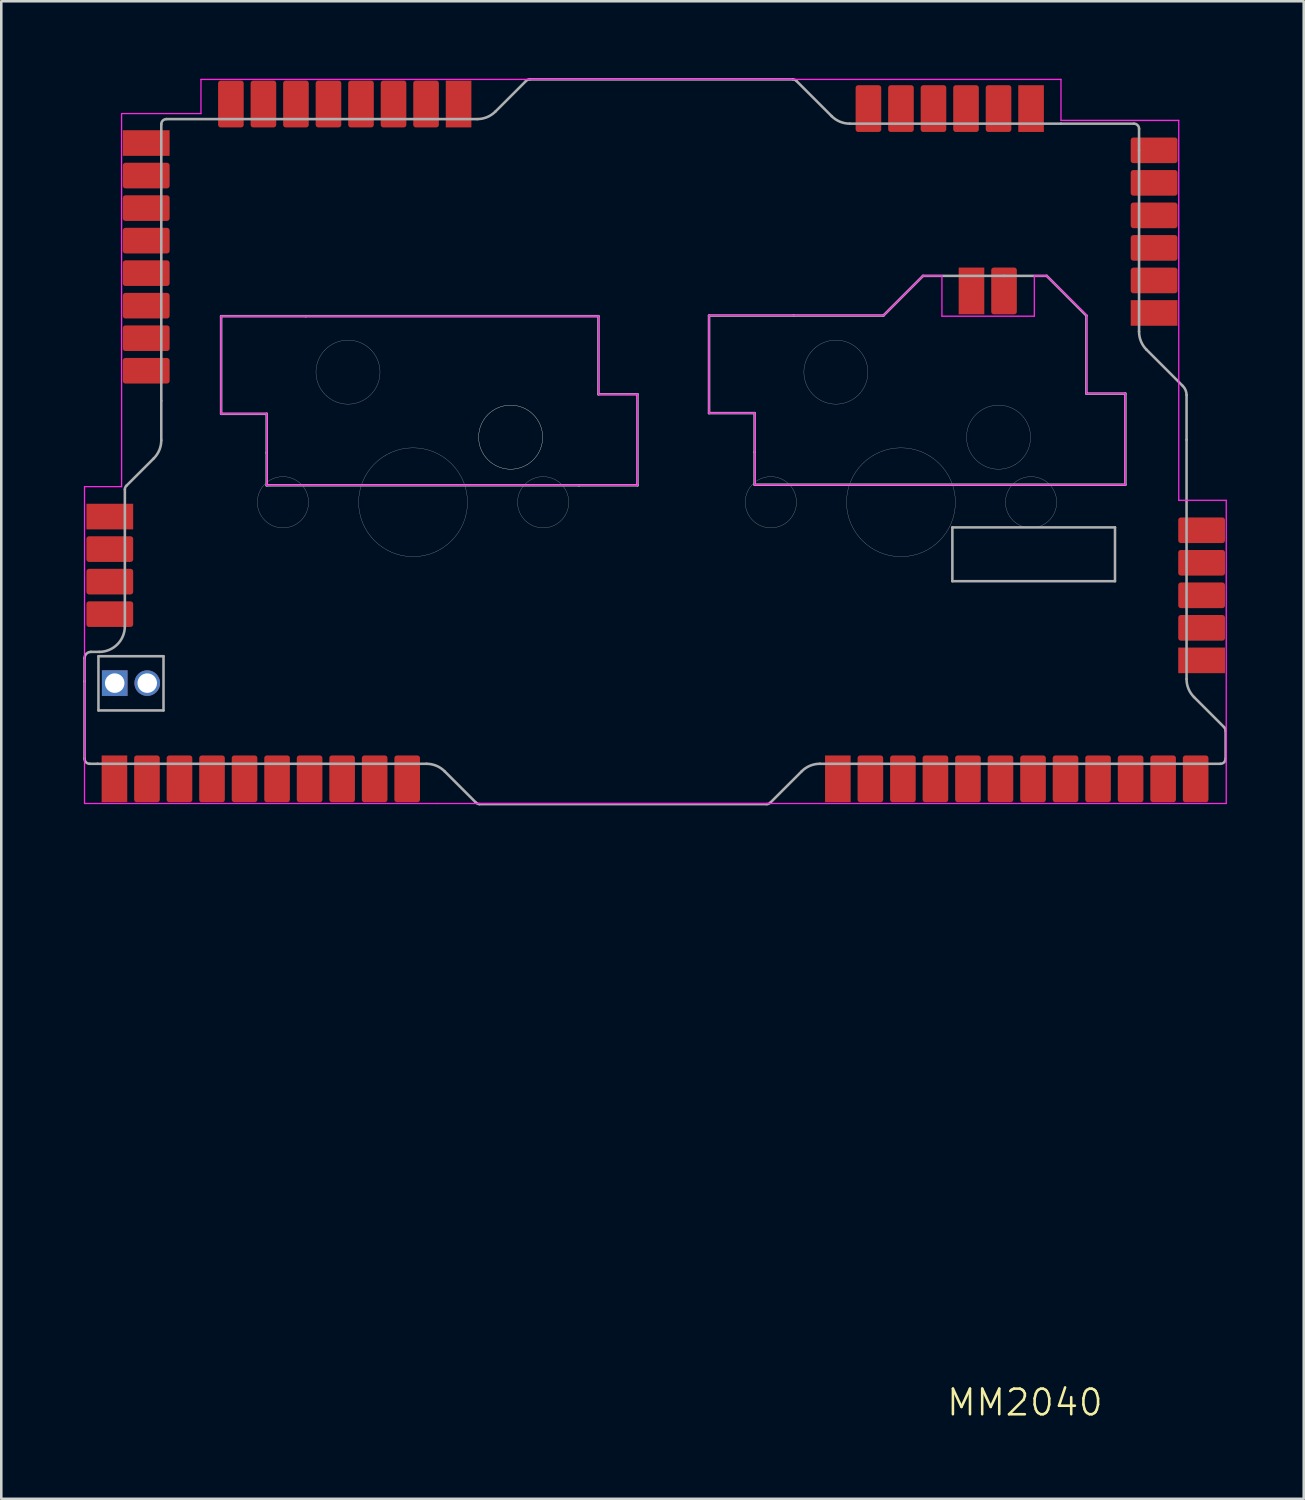
<source format=kicad_pcb>
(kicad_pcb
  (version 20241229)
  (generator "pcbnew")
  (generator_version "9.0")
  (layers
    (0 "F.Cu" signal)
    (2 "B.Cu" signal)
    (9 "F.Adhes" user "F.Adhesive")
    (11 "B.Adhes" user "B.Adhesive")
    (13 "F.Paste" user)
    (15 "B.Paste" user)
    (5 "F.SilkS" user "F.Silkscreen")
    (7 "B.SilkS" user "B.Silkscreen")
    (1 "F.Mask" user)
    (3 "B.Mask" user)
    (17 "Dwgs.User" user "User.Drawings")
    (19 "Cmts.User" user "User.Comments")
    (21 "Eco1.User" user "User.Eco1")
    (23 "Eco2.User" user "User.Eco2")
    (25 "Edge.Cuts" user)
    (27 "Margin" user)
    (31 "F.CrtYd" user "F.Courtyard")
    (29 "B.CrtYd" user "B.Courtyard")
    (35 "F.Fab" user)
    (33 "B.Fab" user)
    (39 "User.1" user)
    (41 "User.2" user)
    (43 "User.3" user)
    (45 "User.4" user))
  (footprint "MM2040"
    (layer "F.Cu")
    (at 0.25 28.346)
    (property "Reference" "MM2040" (at 36.715 23.364 0) (unlocked yes) (layer "F.SilkS") (effects (font (size 1 1) (thickness 0.1))))
    (attr smd)
    (fp_line (start 0 -12.395) (end 0 -0.025) (stroke (width 0.05) (type solid)) (layer "F.CrtYd"))
    (fp_line (start 0 -0.025) (end 13.768 -0.025) (stroke (width 0.05) (type solid)) (layer "F.CrtYd"))
    (fp_line (start 1.447 -26.961) (end 1.448 -12.395) (stroke (width 0.05) (type solid)) (layer "F.CrtYd"))
    (fp_line (start 1.448 -12.395) (end 0 -12.395) (stroke (width 0.05) (type solid)) (layer "F.CrtYd"))
    (fp_line (start 4.547 -28.296) (end 4.547 -26.961) (stroke (width 0.05) (type solid)) (layer "F.CrtYd"))
    (fp_line (start 4.547 -26.961) (end 1.447 -26.961) (stroke (width 0.05) (type solid)) (layer "F.CrtYd"))
    (fp_line (start 5.334 -19.05) (end 5.334 -15.24) (stroke (width 0.05) (type default)) (layer "F.CrtYd"))
    (fp_line (start 5.334 -15.24) (end 7.112 -15.24) (stroke (width 0.05) (type default)) (layer "F.CrtYd"))
    (fp_line (start 7.112 -15.24) (end 7.112 -12.446) (stroke (width 0.05) (type default)) (layer "F.CrtYd"))
    (fp_line (start 7.112 -12.446) (end 21.59 -12.446) (stroke (width 0.05) (type default)) (layer "F.CrtYd"))
    (fp_line (start 13.768 -0.025) (end 44.577 -0.025) (stroke (width 0.05) (type solid)) (layer "F.CrtYd"))
    (fp_line (start 20.066 -19.05) (end 5.334 -19.05) (stroke (width 0.05) (type default)) (layer "F.CrtYd"))
    (fp_line (start 20.066 -16.002) (end 20.066 -19.05) (stroke (width 0.05) (type default)) (layer "F.CrtYd"))
    (fp_line (start 21.59 -16.002) (end 20.066 -16.002) (stroke (width 0.05) (type default)) (layer "F.CrtYd"))
    (fp_line (start 21.59 -12.446) (end 21.59 -16.002) (stroke (width 0.05) (type default)) (layer "F.CrtYd"))
    (fp_line (start 24.384 -19.075) (end 24.384 -15.265) (stroke (width 0.05) (type default)) (layer "F.CrtYd"))
    (fp_line (start 24.384 -15.265) (end 26.162 -15.265) (stroke (width 0.05) (type default)) (layer "F.CrtYd"))
    (fp_line (start 26.162 -15.265) (end 26.162 -12.471) (stroke (width 0.05) (type default)) (layer "F.CrtYd"))
    (fp_line (start 26.162 -12.471) (end 40.64 -12.471) (stroke (width 0.05) (type default)) (layer "F.CrtYd"))
    (fp_line (start 31.191 -19.075) (end 24.384 -19.075) (stroke (width 0.05) (type default)) (layer "F.CrtYd"))
    (fp_line (start 32.741 -20.625) (end 31.191 -19.075) (stroke (width 0.05) (type default)) (layer "F.CrtYd"))
    (fp_line (start 33.477 -20.625) (end 32.741 -20.625) (stroke (width 0.05) (type default)) (layer "F.CrtYd"))
    (fp_line (start 33.477 -20.625) (end 33.477 -19.05) (stroke (width 0.05) (type solid)) (layer "F.CrtYd"))
    (fp_line (start 33.477 -19.05) (end 37.084 -19.05) (stroke (width 0.05) (type solid)) (layer "F.CrtYd"))
    (fp_line (start 37.084 -19.05) (end 37.084 -20.625) (stroke (width 0.05) (type solid)) (layer "F.CrtYd"))
    (fp_line (start 37.567 -20.625) (end 37.084 -20.625) (stroke (width 0.05) (type default)) (layer "F.CrtYd"))
    (fp_line (start 38.125 -28.296) (end 4.547 -28.296) (stroke (width 0.05) (type solid)) (layer "F.CrtYd"))
    (fp_line (start 38.125 -26.695) (end 38.125 -28.296) (stroke (width 0.05) (type solid)) (layer "F.CrtYd"))
    (fp_line (start 39.116 -19.101) (end 37.567 -20.625) (stroke (width 0.05) (type default)) (layer "F.CrtYd"))
    (fp_line (start 39.116 -16.027) (end 39.116 -19.101) (stroke (width 0.05) (type default)) (layer "F.CrtYd"))
    (fp_line (start 40.64 -16.027) (end 39.116 -16.027) (stroke (width 0.05) (type default)) (layer "F.CrtYd"))
    (fp_line (start 40.64 -12.471) (end 40.64 -16.027) (stroke (width 0.05) (type default)) (layer "F.CrtYd"))
    (fp_line (start 42.723 -26.695) (end 38.125 -26.695) (stroke (width 0.05) (type solid)) (layer "F.CrtYd"))
    (fp_line (start 42.723 -11.863) (end 42.723 -26.695) (stroke (width 0.05) (type solid)) (layer "F.CrtYd"))
    (fp_line (start 44.577 -0.025) (end 44.578 -11.863) (stroke (width 0.05) (type solid)) (layer "F.CrtYd"))
    (fp_line (start 44.578 -11.863) (end 42.723 -11.863) (stroke (width 0.05) (type solid)) (layer "F.CrtYd"))
    (fp_line (start 0 -5.694) (end 0 -4.794) (stroke (width 0.1) (type default)) (layer "F.Fab"))
    (fp_line (start 0 -1.775) (end 0 -4.794) (stroke (width 0.1) (type default)) (layer "F.Fab"))
    (fp_line (start 0.508 -1.575) (end 0.2 -1.575) (stroke (width 0.1) (type default)) (layer "F.Fab"))
    (fp_line (start 0.508 -1.575) (end 13.353 -1.575) (stroke (width 0.1) (type default)) (layer "F.Fab"))
    (fp_line (start 0.544 -5.774) (end 3.084 -5.774) (stroke (width 0.1) (type solid)) (layer "F.Fab"))
    (fp_line (start 0.544 -3.658) (end 0.544 -5.774) (stroke (width 0.1) (type solid)) (layer "F.Fab"))
    (fp_line (start 0.575 -5.944) (end 0.25 -5.944) (stroke (width 0.1) (type default)) (layer "F.Fab"))
    (fp_line (start 1.575 -6.944) (end 1.575 -12.287) (stroke (width 0.1) (type default)) (layer "F.Fab"))
    (fp_line (start 1.633 -12.428) (end 2.704 -13.499) (stroke (width 0.1) (type default)) (layer "F.Fab"))
    (fp_line (start 2.997 -15.748) (end 2.997 -26.546) (stroke (width 0.1) (type default)) (layer "F.Fab"))
    (fp_line (start 2.997 -15.748) (end 2.997 -14.206) (stroke (width 0.1) (type default)) (layer "F.Fab"))
    (fp_line (start 3.084 -5.774) (end 3.084 -3.658) (stroke (width 0.1) (type solid)) (layer "F.Fab"))
    (fp_line (start 3.084 -3.658) (end 0.544 -3.658) (stroke (width 0.1) (type solid)) (layer "F.Fab"))
    (fp_line (start 3.197 -26.746) (end 15.334 -26.746) (stroke (width 0.1) (type default)) (layer "F.Fab"))
    (fp_line (start 5.334 -19.05) (end 5.334 -15.24) (stroke (width 0.1) (type default)) (layer "F.Fab"))
    (fp_line (start 5.334 -15.24) (end 7.112 -15.24) (stroke (width 0.1) (type default)) (layer "F.Fab"))
    (fp_line (start 7.112 -15.24) (end 7.112 -13.716) (stroke (width 0.1) (type default)) (layer "F.Fab"))
    (fp_line (start 7.112 -12.446) (end 7.112 -13.716) (stroke (width 0.1) (type default)) (layer "F.Fab"))
    (fp_line (start 7.112 -12.446) (end 19.304 -12.446) (stroke (width 0.1) (type default)) (layer "F.Fab"))
    (fp_line (start 8.636 -19.05) (end 5.334 -19.05) (stroke (width 0.1) (type default)) (layer "F.Fab"))
    (fp_line (start 8.636 -19.05) (end 20.066 -19.05) (stroke (width 0.1) (type default)) (layer "F.Fab"))
    (fp_line (start 14.06 -1.282) (end 15.283 -0.059) (stroke (width 0.1) (type default)) (layer "F.Fab"))
    (fp_line (start 15.424 0) (end 26.638 0) (stroke (width 0.1) (type default)) (layer "F.Fab"))
    (fp_line (start 16.041 -27.039) (end 17.239 -28.237) (stroke (width 0.1) (type default)) (layer "F.Fab"))
    (fp_line (start 17.38 -28.296) (end 27.654 -28.296) (stroke (width 0.1) (type default)) (layer "F.Fab"))
    (fp_line (start 20.066 -19.05) (end 20.066 -16.002) (stroke (width 0.1) (type default)) (layer "F.Fab"))
    (fp_line (start 20.066 -16.002) (end 21.59 -16.002) (stroke (width 0.1) (type default)) (layer "F.Fab"))
    (fp_line (start 21.59 -16.002) (end 21.59 -12.446) (stroke (width 0.1) (type default)) (layer "F.Fab"))
    (fp_line (start 21.59 -12.446) (end 19.304 -12.446) (stroke (width 0.1) (type default)) (layer "F.Fab"))
    (fp_line (start 24.384 -19.075) (end 24.384 -15.265) (stroke (width 0.1) (type default)) (layer "F.Fab"))
    (fp_line (start 24.384 -15.265) (end 26.162 -15.265) (stroke (width 0.1) (type default)) (layer "F.Fab"))
    (fp_line (start 26.162 -15.265) (end 26.162 -13.741) (stroke (width 0.1) (type default)) (layer "F.Fab"))
    (fp_line (start 26.162 -12.471) (end 26.162 -13.741) (stroke (width 0.1) (type default)) (layer "F.Fab"))
    (fp_line (start 27.686 -19.075) (end 24.384 -19.075) (stroke (width 0.1) (type default)) (layer "F.Fab"))
    (fp_line (start 27.686 -19.075) (end 31.191 -19.075) (stroke (width 0.1) (type default)) (layer "F.Fab"))
    (fp_line (start 28.003 -1.282) (end 26.779 -0.059) (stroke (width 0.1) (type default)) (layer "F.Fab"))
    (fp_line (start 28.71 -1.575) (end 44.352 -1.575) (stroke (width 0.1) (type default)) (layer "F.Fab"))
    (fp_line (start 29.171 -26.861) (end 27.795 -28.237) (stroke (width 0.1) (type default)) (layer "F.Fab"))
    (fp_line (start 29.878 -26.568) (end 38.125 -26.568) (stroke (width 0.1) (type default)) (layer "F.Fab"))
    (fp_line (start 32.738 -20.625) (end 31.191 -19.075) (stroke (width 0.1) (type default)) (layer "F.Fab"))
    (fp_line (start 32.738 -20.625) (end 35.901 -20.625) (stroke (width 0.1) (type default)) (layer "F.Fab"))
    (fp_line (start 33.884 -10.804) (end 40.234 -10.804) (stroke (width 0.1) (type solid)) (layer "F.Fab"))
    (fp_line (start 33.884 -8.704) (end 33.884 -10.804) (stroke (width 0.1) (type solid)) (layer "F.Fab"))
    (fp_line (start 35.901 -20.625) (end 37.567 -20.625) (stroke (width 0.1) (type default)) (layer "F.Fab"))
    (fp_line (start 39.116 -19.075) (end 37.567 -20.625) (stroke (width 0.1) (type default)) (layer "F.Fab"))
    (fp_line (start 39.116 -19.075) (end 39.116 -16.027) (stroke (width 0.1) (type default)) (layer "F.Fab"))
    (fp_line (start 39.116 -16.027) (end 40.64 -16.027) (stroke (width 0.1) (type default)) (layer "F.Fab"))
    (fp_line (start 40.234 -10.804) (end 40.234 -8.704) (stroke (width 0.1) (type solid)) (layer "F.Fab"))
    (fp_line (start 40.234 -8.704) (end 33.884 -8.704) (stroke (width 0.1) (type solid)) (layer "F.Fab"))
    (fp_line (start 40.64 -16.027) (end 40.64 -12.471) (stroke (width 0.1) (type default)) (layer "F.Fab"))
    (fp_line (start 40.64 -12.471) (end 26.162 -12.471) (stroke (width 0.1) (type default)) (layer "F.Fab"))
    (fp_line (start 40.973 -26.568) (end 38.125 -26.568) (stroke (width 0.1) (type default)) (layer "F.Fab"))
    (fp_line (start 41.173 -25.527) (end 41.173 -26.368) (stroke (width 0.1) (type default)) (layer "F.Fab"))
    (fp_line (start 41.173 -25.527) (end 41.173 -18.448) (stroke (width 0.1) (type default)) (layer "F.Fab"))
    (fp_line (start 41.466 -17.741) (end 42.881 -16.326) (stroke (width 0.1) (type default)) (layer "F.Fab"))
    (fp_line (start 43.028 -14.224) (end 43.028 -15.973) (stroke (width 0.1) (type default)) (layer "F.Fab"))
    (fp_line (start 43.028 -4.885) (end 43.028 -14.224) (stroke (width 0.1) (type default)) (layer "F.Fab"))
    (fp_line (start 43.32 -4.178) (end 44.493 -3.005) (stroke (width 0.1) (type default)) (layer "F.Fab"))
    (fp_line (start 44.552 -1.775) (end 44.552 -2.864) (stroke (width 0.1) (type default)) (layer "F.Fab"))
    (fp_arc (start 0 -5.6936) (mid 0.073223 -5.870377) (end 0.25 -5.9436) (stroke (width 0.1) (type default)) (layer "F.Fab"))
    (fp_arc (start 0.2 -1.5748) (mid 0.058579 -1.633379) (end 0 -1.7748) (stroke (width 0.1) (type default)) (layer "F.Fab"))
    (fp_arc (start 1.5748 -12.286957) (mid 1.590009 -12.3635) (end 1.633379 -12.428379) (stroke (width 0.1) (type default)) (layer "F.Fab"))
    (fp_arc (start 1.5748 -6.9436) (mid 1.281907 -6.236493) (end 0.5748 -5.9436) (stroke (width 0.1) (type default)) (layer "F.Fab"))
    (fp_arc (start 2.9972 -26.5462) (mid 3.055779 -26.687621) (end 3.1972 -26.7462) (stroke (width 0.1) (type default)) (layer "F.Fab"))
    (fp_arc (start 2.9972 -14.206414) (mid 2.921084 -13.823729) (end 2.704307 -13.499307) (stroke (width 0.1) (type default)) (layer "F.Fab"))
    (fp_arc (start 13.352586 -1.5748) (mid 13.735269 -1.498677) (end 14.059693 -1.281907) (stroke (width 0.1) (type default)) (layer "F.Fab"))
    (fp_arc (start 15.424443 0) (mid 15.3479 -0.015209) (end 15.283022 -0.058578) (stroke (width 0.1) (type default)) (layer "F.Fab"))
    (fp_arc (start 16.040893 -27.039093) (mid 15.716459 -26.822345) (end 15.333786 -26.7462) (stroke (width 0.1) (type default)) (layer "F.Fab"))
    (fp_arc (start 17.238822 -28.237022) (mid 17.303716 -28.280354) (end 17.380243 -28.2956) (stroke (width 0.1) (type default)) (layer "F.Fab"))
    (fp_arc (start 26.779378 -0.058578) (mid 26.714488 -0.015237) (end 26.637957 0) (stroke (width 0.1) (type default)) (layer "F.Fab"))
    (fp_arc (start 27.653957 -28.2956) (mid 27.7305 -28.280391) (end 27.795378 -28.237022) (stroke (width 0.1) (type default)) (layer "F.Fab"))
    (fp_arc (start 28.002707 -1.281907) (mid 28.327132 -1.498675) (end 28.709814 -1.5748) (stroke (width 0.1) (type default)) (layer "F.Fab"))
    (fp_arc (start 29.878214 -26.5684) (mid 29.495531 -26.644523) (end 29.171107 -26.861293) (stroke (width 0.1) (type default)) (layer "F.Fab"))
    (fp_arc (start 40.9734 -26.5684) (mid 41.114821 -26.509821) (end 41.1734 -26.3684) (stroke (width 0.1) (type default)) (layer "F.Fab"))
    (fp_arc (start 41.466293 -17.741107) (mid 41.249522 -18.065532) (end 41.1734 -18.448214) (stroke (width 0.1) (type default)) (layer "F.Fab"))
    (fp_arc (start 42.881154 -16.326246) (mid 42.989538 -16.164034) (end 43.0276 -15.972693) (stroke (width 0.1) (type default)) (layer "F.Fab"))
    (fp_arc (start 43.320493 -4.177507) (mid 43.103746 -4.501937) (end 43.0276 -4.884614) (stroke (width 0.1) (type default)) (layer "F.Fab"))
    (fp_arc (start 44.493022 -3.004978) (mid 44.536364 -2.940086) (end 44.5516 -2.863557) (stroke (width 0.1) (type default)) (layer "F.Fab"))
    (fp_arc (start 44.5516 -1.7748) (mid 44.493021 -1.633379) (end 44.3516 -1.5748) (stroke (width 0.1) (type default)) (layer "F.Fab"))
    (fp_circle (center 7.747 -11.786) (end 8.747 -11.786) (stroke (width 0.01) (type default)) (fill no) (layer "F.Fab"))
    (fp_circle (center 10.287 -16.866) (end 11.537 -16.866) (stroke (width 0.01) (type default)) (fill no) (layer "F.Fab"))
    (fp_circle (center 12.827 -11.786) (end 14.952 -11.786) (stroke (width 0.01) (type default)) (fill no) (layer "F.Fab"))
    (fp_circle (center 16.637 -14.326) (end 17.887 -14.326) (stroke (width 0.01) (type default)) (fill no) (layer "F.Fab"))
    (fp_circle (center 16.637 -14.326) (end 17.887 -14.326) (stroke (width 0.01) (type default)) (fill no) (layer "F.Fab"))
    (fp_circle (center 17.907 -11.786) (end 18.907 -11.786) (stroke (width 0.01) (type default)) (fill no) (layer "F.Fab"))
    (fp_circle (center 26.797 -11.786) (end 27.797 -11.786) (stroke (width 0.01) (type default)) (fill no) (layer "F.Fab"))
    (fp_circle (center 29.337 -16.866) (end 30.587 -16.866) (stroke (width 0.01) (type default)) (fill no) (layer "F.Fab"))
    (fp_circle (center 31.877 -11.786) (end 34.002 -11.786) (stroke (width 0.01) (type default)) (fill no) (layer "F.Fab"))
    (fp_circle (center 35.687 -14.326) (end 36.937 -14.326) (stroke (width 0.01) (type default)) (fill no) (layer "F.Fab"))
    (fp_circle (center 36.957 -11.786) (end 37.957 -11.786) (stroke (width 0.01) (type default)) (fill no) (layer "F.Fab"))
    (fp_line (start 0 0) (end 0 -1.092) (stroke (width 0.1) (type default)) (layer "User.1"))
    (fp_line (start 0 0) (end 1.092 0) (stroke (width 0.1) (type default)) (layer "User.1"))
    (pad "1" smd rect (at 43.028 -5.613) (size 1.825 1) (drill (offset 0.588 0)) (layers "F.Cu" "F.Mask" "F.Paste"))
    (pad "2" smd roundrect (at 43.028 -9.423) (size 1.825 1) (drill (offset 0.588 0)) (layers "F.Cu" "F.Mask" "F.Paste") (roundrect_rratio 0.1))
    (pad "3" smd roundrect (at 43.028 -10.693) (size 1.825 1) (drill (offset 0.588 0)) (layers "F.Cu" "F.Mask" "F.Paste") (roundrect_rratio 0.1))
    (pad "4" smd roundrect (at 43.028 -8.153) (size 1.825 1) (drill (offset 0.588 0)) (layers "F.Cu" "F.Mask" "F.Paste") (roundrect_rratio 0.1))
    (pad "5" smd roundrect (at 43.028 -6.883) (size 1.825 1) (drill (offset 0.588 0)) (layers "F.Cu" "F.Mask" "F.Paste") (roundrect_rratio 0.1))
    (pad "6" smd roundrect (at 1.575 -7.417 180) (size 1.825 1) (drill (offset 0.588 0)) (layers "F.Cu" "F.Mask" "F.Paste") (roundrect_rratio 0.1))
    (pad "7" smd rect (at 1.575 -11.227 180) (size 1.825 1) (drill (offset 0.588 0)) (layers "F.Cu" "F.Mask" "F.Paste"))
    (pad "8" smd roundrect (at 1.575 -8.687 180) (size 1.825 1) (drill (offset 0.588 0)) (layers "F.Cu" "F.Mask" "F.Paste") (roundrect_rratio 0.1))
    (pad "9" smd roundrect (at 1.575 -9.957 180) (size 1.825 1) (drill (offset 0.588 0)) (layers "F.Cu" "F.Mask" "F.Paste") (roundrect_rratio 0.1))
    (pad "10" thru_hole rect (at 1.179 -4.724 270) (size 1 1) (drill 0.762) (layers "*.Cu" "*.Mask"))
    (pad "11" thru_hole oval (at 2.449 -4.724 270) (size 1 1) (drill 0.762) (layers "*.Cu" "*.Mask"))
    (pad "12" smd rect (at 1.168 -1.575 270) (size 1.825 1) (drill (offset 0.588 0)) (layers "F.Cu" "F.Mask" "F.Paste"))
    (pad "13" smd roundrect (at 2.438 -1.575 270) (size 1.825 1) (drill (offset 0.588 0)) (layers "F.Cu" "F.Mask" "F.Paste") (roundrect_rratio 0.1))
    (pad "14" smd roundrect (at 3.708 -1.575 270) (size 1.825 1) (drill (offset 0.588 0)) (layers "F.Cu" "F.Mask" "F.Paste") (roundrect_rratio 0.1))
    (pad "15" smd roundrect (at 4.978 -1.575 270) (size 1.825 1) (drill (offset 0.588 0)) (layers "F.Cu" "F.Mask" "F.Paste") (roundrect_rratio 0.1))
    (pad "16" smd roundrect (at 6.248 -1.575 270) (size 1.825 1) (drill (offset 0.588 0)) (layers "F.Cu" "F.Mask" "F.Paste") (roundrect_rratio 0.1))
    (pad "17" smd roundrect (at 7.518 -1.575 270) (size 1.825 1) (drill (offset 0.588 0)) (layers "F.Cu" "F.Mask" "F.Paste") (roundrect_rratio 0.1))
    (pad "18" smd roundrect (at 8.788 -1.575 270) (size 1.825 1) (drill (offset 0.588 0)) (layers "F.Cu" "F.Mask" "F.Paste") (roundrect_rratio 0.1))
    (pad "19" smd roundrect (at 10.058 -1.575 270) (size 1.825 1) (drill (offset 0.588 0)) (layers "F.Cu" "F.Mask" "F.Paste") (roundrect_rratio 0.1))
    (pad "20" smd roundrect (at 11.328 -1.575 270) (size 1.825 1) (drill (offset 0.588 0)) (layers "F.Cu" "F.Mask" "F.Paste") (roundrect_rratio 0.1))
    (pad "21" smd roundrect (at 12.598 -1.575 270) (size 1.825 1) (drill (offset 0.588 0)) (layers "F.Cu" "F.Mask" "F.Paste") (roundrect_rratio 0.1))
    (pad "22" smd rect (at 29.413 -1.575 270) (size 1.825 1) (drill (offset 0.588 0)) (layers "F.Cu" "F.Mask" "F.Paste"))
    (pad "23" smd roundrect (at 30.683 -1.575 270) (size 1.825 1) (drill (offset 0.588 0)) (layers "F.Cu" "F.Mask" "F.Paste") (roundrect_rratio 0.1))
    (pad "24" smd roundrect (at 31.953 -1.575 270) (size 1.825 1) (drill (offset 0.588 0)) (layers "F.Cu" "F.Mask" "F.Paste") (roundrect_rratio 0.1))
    (pad "25" smd roundrect (at 33.223 -1.575 270) (size 1.825 1) (drill (offset 0.588 0)) (layers "F.Cu" "F.Mask" "F.Paste") (roundrect_rratio 0.1))
    (pad "26" smd roundrect (at 34.493 -1.575 270) (size 1.825 1) (drill (offset 0.588 0)) (layers "F.Cu" "F.Mask" "F.Paste") (roundrect_rratio 0.1))
    (pad "27" smd roundrect (at 35.763 -1.575 270) (size 1.825 1) (drill (offset 0.588 0)) (layers "F.Cu" "F.Mask" "F.Paste") (roundrect_rratio 0.1))
    (pad "28" smd roundrect (at 37.033 -1.575 270) (size 1.825 1) (drill (offset 0.588 0)) (layers "F.Cu" "F.Mask" "F.Paste") (roundrect_rratio 0.1))
    (pad "29" smd roundrect (at 38.303 -1.575 270) (size 1.825 1) (drill (offset 0.588 0)) (layers "F.Cu" "F.Mask" "F.Paste") (roundrect_rratio 0.1))
    (pad "30" smd roundrect (at 39.573 -1.575 270) (size 1.825 1) (drill (offset 0.588 0)) (layers "F.Cu" "F.Mask" "F.Paste") (roundrect_rratio 0.1))
    (pad "31" smd roundrect (at 40.843 -1.575 270) (size 1.825 1) (drill (offset 0.588 0)) (layers "F.Cu" "F.Mask" "F.Paste") (roundrect_rratio 0.1))
    (pad "32" smd roundrect (at 42.113 -1.575 270) (size 1.825 1) (drill (offset 0.588 0)) (layers "F.Cu" "F.Mask" "F.Paste") (roundrect_rratio 0.1))
    (pad "33" smd roundrect (at 43.383 -1.575 270) (size 1.825 1) (drill (offset 0.588 0)) (layers "F.Cu" "F.Mask" "F.Paste") (roundrect_rratio 0.1))
    (pad "34" smd rect (at 34.631 -20.625 270) (size 1.825 1) (drill (offset 0.588 0)) (layers "F.Cu" "F.Mask" "F.Paste"))
    (pad "35" smd roundrect (at 35.901 -20.625 270) (size 1.825 1) (drill (offset 0.588 0)) (layers "F.Cu" "F.Mask" "F.Paste") (roundrect_rratio 0.1))
    (pad "36" smd rect (at 41.173 -19.177) (size 1.825 1) (drill (offset 0.588 0)) (layers "F.Cu" "F.Mask" "F.Paste"))
    (pad "37" smd roundrect (at 41.173 -20.447) (size 1.825 1) (drill (offset 0.588 0)) (layers "F.Cu" "F.Mask" "F.Paste") (roundrect_rratio 0.1))
    (pad "38" smd roundrect (at 41.173 -21.717) (size 1.825 1) (drill (offset 0.588 0)) (layers "F.Cu" "F.Mask" "F.Paste") (roundrect_rratio 0.1))
    (pad "39" smd roundrect (at 41.173 -22.987) (size 1.825 1) (drill (offset 0.588 0)) (layers "F.Cu" "F.Mask" "F.Paste") (roundrect_rratio 0.1))
    (pad "40" smd roundrect (at 41.173 -24.257) (size 1.825 1) (drill (offset 0.588 0)) (layers "F.Cu" "F.Mask" "F.Paste") (roundrect_rratio 0.1))
    (pad "41" smd roundrect (at 41.173 -25.527) (size 1.825 1) (drill (offset 0.588 0)) (layers "F.Cu" "F.Mask" "F.Paste") (roundrect_rratio 0.1))
    (pad "42" smd rect (at 36.957 -26.568 90) (size 1.825 1) (drill (offset 0.588 0)) (layers "F.Cu" "F.Mask" "F.Paste"))
    (pad "43" smd roundrect (at 35.687 -26.568 90) (size 1.825 1) (drill (offset 0.588 0)) (layers "F.Cu" "F.Mask" "F.Paste") (roundrect_rratio 0.1))
    (pad "44" smd roundrect (at 34.417 -26.568 90) (size 1.825 1) (drill (offset 0.588 0)) (layers "F.Cu" "F.Mask" "F.Paste") (roundrect_rratio 0.1))
    (pad "45" smd roundrect (at 33.147 -26.568 90) (size 1.825 1) (drill (offset 0.588 0)) (layers "F.Cu" "F.Mask" "F.Paste") (roundrect_rratio 0.1))
    (pad "46" smd roundrect (at 31.877 -26.568 90) (size 1.825 1) (drill (offset 0.588 0)) (layers "F.Cu" "F.Mask" "F.Paste") (roundrect_rratio 0.1))
    (pad "47" smd roundrect (at 30.607 -26.568 90) (size 1.825 1) (drill (offset 0.588 0)) (layers "F.Cu" "F.Mask" "F.Paste") (roundrect_rratio 0.1))
    (pad "48" smd rect (at 14.605 -26.746 90) (size 1.825 1) (drill (offset 0.588 0)) (layers "F.Cu" "F.Mask" "F.Paste"))
    (pad "49" smd roundrect (at 13.335 -26.746 90) (size 1.825 1) (drill (offset 0.588 0)) (layers "F.Cu" "F.Mask" "F.Paste") (roundrect_rratio 0.1))
    (pad "50" smd roundrect (at 12.065 -26.746 90) (size 1.825 1) (drill (offset 0.588 0)) (layers "F.Cu" "F.Mask" "F.Paste") (roundrect_rratio 0.1))
    (pad "51" smd roundrect (at 10.795 -26.746 90) (size 1.825 1) (drill (offset 0.588 0)) (layers "F.Cu" "F.Mask" "F.Paste") (roundrect_rratio 0.1))
    (pad "52" smd roundrect (at 9.525 -26.746 90) (size 1.825 1) (drill (offset 0.588 0)) (layers "F.Cu" "F.Mask" "F.Paste") (roundrect_rratio 0.1))
    (pad "53" smd roundrect (at 8.255 -26.746 90) (size 1.825 1) (drill (offset 0.588 0)) (layers "F.Cu" "F.Mask" "F.Paste") (roundrect_rratio 0.1))
    (pad "54" smd roundrect (at 6.985 -26.746 90) (size 1.825 1) (drill (offset 0.588 0)) (layers "F.Cu" "F.Mask" "F.Paste") (roundrect_rratio 0.1))
    (pad "55" smd roundrect (at 5.715 -26.746 90) (size 1.825 1) (drill (offset 0.588 0)) (layers "F.Cu" "F.Mask" "F.Paste") (roundrect_rratio 0.1))
    (pad "56" smd rect (at 2.997 -25.811 180) (size 1.825 1) (drill (offset 0.588 0)) (layers "F.Cu" "F.Mask" "F.Paste"))
    (pad "57" smd roundrect (at 2.997 -24.541 180) (size 1.825 1) (drill (offset 0.588 0)) (layers "F.Cu" "F.Mask" "F.Paste") (roundrect_rratio 0.1))
    (pad "58" smd roundrect (at 2.997 -23.271 180) (size 1.825 1) (drill (offset 0.588 0)) (layers "F.Cu" "F.Mask" "F.Paste") (roundrect_rratio 0.1))
    (pad "59" smd roundrect (at 2.997 -22.001 180) (size 1.825 1) (drill (offset 0.588 0)) (layers "F.Cu" "F.Mask" "F.Paste") (roundrect_rratio 0.1))
    (pad "60" smd roundrect (at 2.997 -20.731 180) (size 1.825 1) (drill (offset 0.588 0)) (layers "F.Cu" "F.Mask" "F.Paste") (roundrect_rratio 0.1))
    (pad "61" smd roundrect (at 2.997 -19.461 180) (size 1.825 1) (drill (offset 0.588 0)) (layers "F.Cu" "F.Mask" "F.Paste") (roundrect_rratio 0.1))
    (pad "62" smd roundrect (at 2.997 -18.191 180) (size 1.825 1) (drill (offset 0.588 0)) (layers "F.Cu" "F.Mask" "F.Paste") (roundrect_rratio 0.1))
    (pad "63" smd roundrect (at 2.997 -16.921 180) (size 1.825 1) (drill (offset 0.588 0)) (layers "F.Cu" "F.Mask" "F.Paste") (roundrect_rratio 0.1)))
  (gr_rect
    (start -3 -3)
    (end 47.853 55.471)
    (stroke (width 0.1) (type default))
    (fill no)
    (layer "Edge.Cuts")))
</source>
